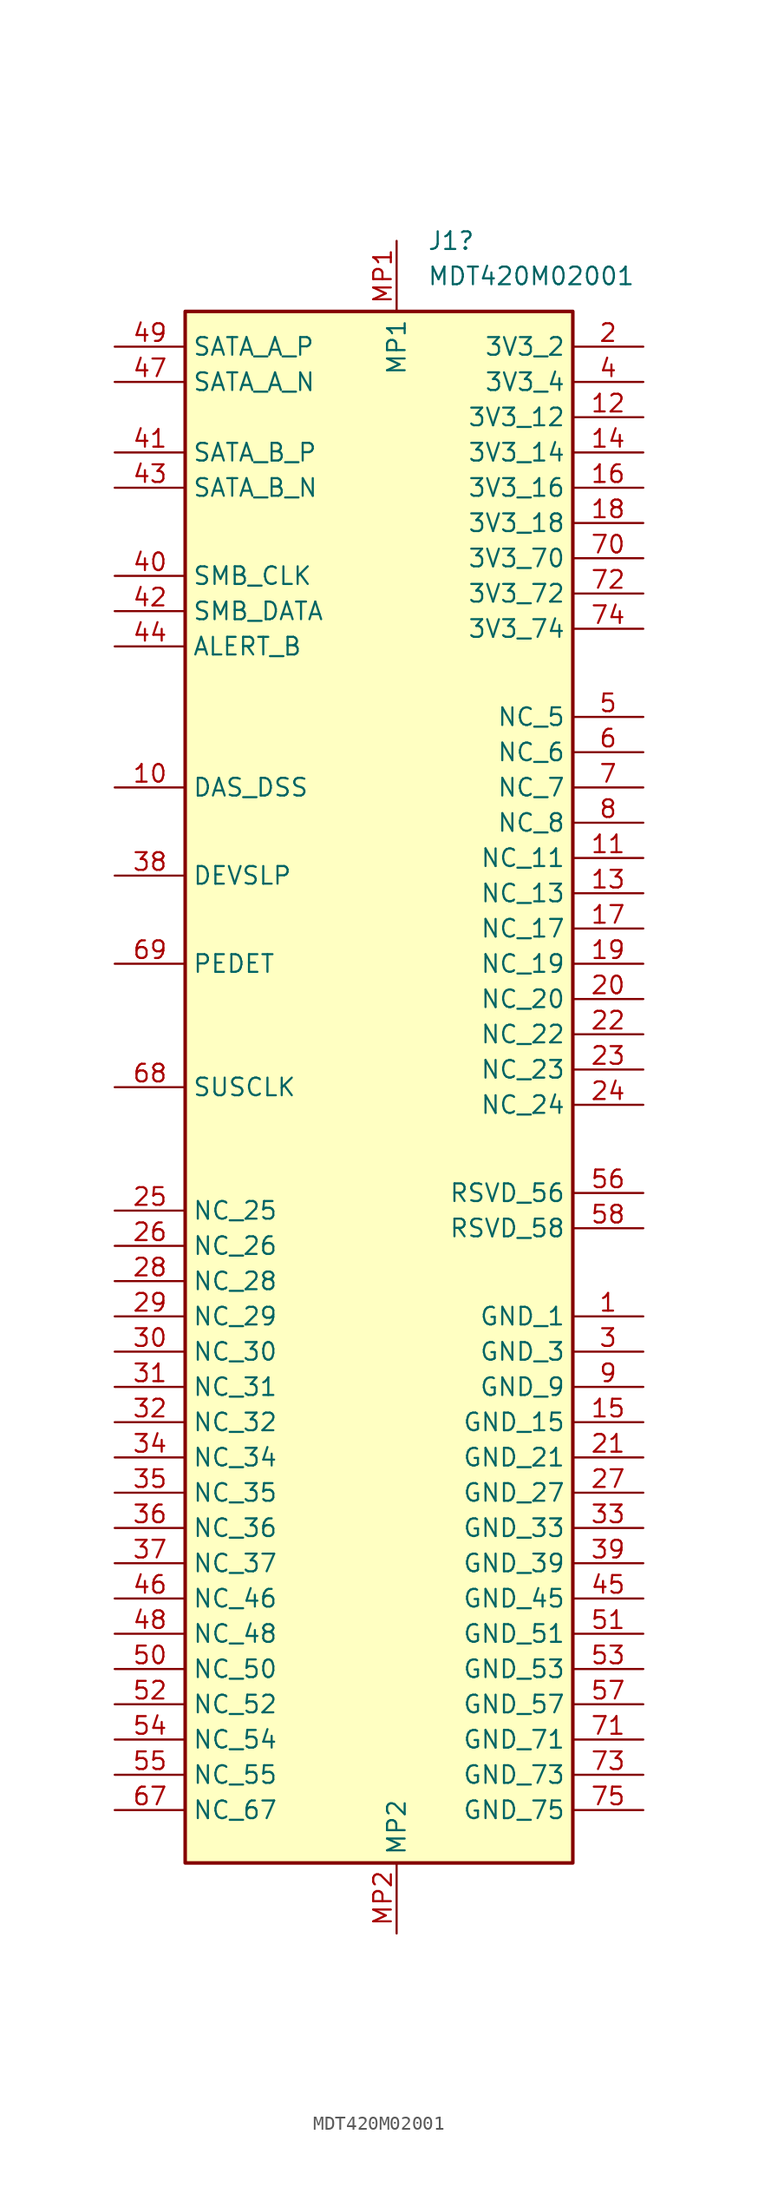
<source format=kicad_sym>
(kicad_symbol_lib
  (version 20231120)
  (generator "kicad_symbol_editor")
  (generator_version "8.0")
  (symbol "MDT420M02001"
    (property "Reference" "J1"
      (at 45.374 50.8 0)
      (effects (font (size 1.27 1.27)) (justify left)))
    (property "Value" "MDT420M02001"
      (at 45.374 48.26 0)
      (effects (font (size 1.27 1.27)) (justify left)))
    (symbol "MDT420M02001_1_1"
      (rectangle (start 27.94 45.72) (end 55.88 -66.04) (stroke (width 0.254) (type default)) (fill (type background)))
      (pin passive line (at 60.96 -26.67 180) (length 5.08) (name "GND_1" (effects (font (size 1.27 1.27)))) (number "1" (effects (font (size 1.27 1.27)))))
      (pin passive line (at 22.86 11.43 0) (length 5.08) (name "DAS_DSS" (effects (font (size 1.27 1.27)))) (number "10" (effects (font (size 1.27 1.27)))))
      (pin passive line (at 60.96 6.35 180) (length 5.08) (name "NC_11" (effects (font (size 1.27 1.27)))) (number "11" (effects (font (size 1.27 1.27)))))
      (pin passive line (at 60.96 38.1 180) (length 5.08) (name "3V3_12" (effects (font (size 1.27 1.27)))) (number "12" (effects (font (size 1.27 1.27)))))
      (pin passive line (at 60.96 3.81 180) (length 5.08) (name "NC_13" (effects (font (size 1.27 1.27)))) (number "13" (effects (font (size 1.27 1.27)))))
      (pin passive line (at 60.96 35.56 180) (length 5.08) (name "3V3_14" (effects (font (size 1.27 1.27)))) (number "14" (effects (font (size 1.27 1.27)))))
      (pin passive line (at 60.96 -34.29 180) (length 5.08) (name "GND_15" (effects (font (size 1.27 1.27)))) (number "15" (effects (font (size 1.27 1.27)))))
      (pin passive line (at 60.96 33.02 180) (length 5.08) (name "3V3_16" (effects (font (size 1.27 1.27)))) (number "16" (effects (font (size 1.27 1.27)))))
      (pin passive line (at 60.96 1.27 180) (length 5.08) (name "NC_17" (effects (font (size 1.27 1.27)))) (number "17" (effects (font (size 1.27 1.27)))))
      (pin passive line (at 60.96 30.48 180) (length 5.08) (name "3V3_18" (effects (font (size 1.27 1.27)))) (number "18" (effects (font (size 1.27 1.27)))))
      (pin passive line (at 60.96 -1.27 180) (length 5.08) (name "NC_19" (effects (font (size 1.27 1.27)))) (number "19" (effects (font (size 1.27 1.27)))))
      (pin passive line (at 60.96 43.18 180) (length 5.08) (name "3V3_2" (effects (font (size 1.27 1.27)))) (number "2" (effects (font (size 1.27 1.27)))))
      (pin passive line (at 60.96 -3.81 180) (length 5.08) (name "NC_20" (effects (font (size 1.27 1.27)))) (number "20" (effects (font (size 1.27 1.27)))))
      (pin passive line (at 60.96 -36.83 180) (length 5.08) (name "GND_21" (effects (font (size 1.27 1.27)))) (number "21" (effects (font (size 1.27 1.27)))))
      (pin passive line (at 60.96 -6.35 180) (length 5.08) (name "NC_22" (effects (font (size 1.27 1.27)))) (number "22" (effects (font (size 1.27 1.27)))))
      (pin passive line (at 60.96 -8.89 180) (length 5.08) (name "NC_23" (effects (font (size 1.27 1.27)))) (number "23" (effects (font (size 1.27 1.27)))))
      (pin passive line (at 60.96 -11.43 180) (length 5.08) (name "NC_24" (effects (font (size 1.27 1.27)))) (number "24" (effects (font (size 1.27 1.27)))))
      (pin passive line (at 22.86 -19.05 0) (length 5.08) (name "NC_25" (effects (font (size 1.27 1.27)))) (number "25" (effects (font (size 1.27 1.27)))))
      (pin passive line (at 22.86 -21.59 0) (length 5.08) (name "NC_26" (effects (font (size 1.27 1.27)))) (number "26" (effects (font (size 1.27 1.27)))))
      (pin passive line (at 60.96 -39.37 180) (length 5.08) (name "GND_27" (effects (font (size 1.27 1.27)))) (number "27" (effects (font (size 1.27 1.27)))))
      (pin passive line (at 22.86 -24.13 0) (length 5.08) (name "NC_28" (effects (font (size 1.27 1.27)))) (number "28" (effects (font (size 1.27 1.27)))))
      (pin passive line (at 22.86 -26.67 0) (length 5.08) (name "NC_29" (effects (font (size 1.27 1.27)))) (number "29" (effects (font (size 1.27 1.27)))))
      (pin passive line (at 60.96 -29.21 180) (length 5.08) (name "GND_3" (effects (font (size 1.27 1.27)))) (number "3" (effects (font (size 1.27 1.27)))))
      (pin passive line (at 22.86 -29.21 0) (length 5.08) (name "NC_30" (effects (font (size 1.27 1.27)))) (number "30" (effects (font (size 1.27 1.27)))))
      (pin passive line (at 22.86 -31.75 0) (length 5.08) (name "NC_31" (effects (font (size 1.27 1.27)))) (number "31" (effects (font (size 1.27 1.27)))))
      (pin passive line (at 22.86 -34.29 0) (length 5.08) (name "NC_32" (effects (font (size 1.27 1.27)))) (number "32" (effects (font (size 1.27 1.27)))))
      (pin passive line (at 60.96 -41.91 180) (length 5.08) (name "GND_33" (effects (font (size 1.27 1.27)))) (number "33" (effects (font (size 1.27 1.27)))))
      (pin passive line (at 22.86 -36.83 0) (length 5.08) (name "NC_34" (effects (font (size 1.27 1.27)))) (number "34" (effects (font (size 1.27 1.27)))))
      (pin passive line (at 22.86 -39.37 0) (length 5.08) (name "NC_35" (effects (font (size 1.27 1.27)))) (number "35" (effects (font (size 1.27 1.27)))))
      (pin passive line (at 22.86 -41.91 0) (length 5.08) (name "NC_36" (effects (font (size 1.27 1.27)))) (number "36" (effects (font (size 1.27 1.27)))))
      (pin passive line (at 22.86 -44.45 0) (length 5.08) (name "NC_37" (effects (font (size 1.27 1.27)))) (number "37" (effects (font (size 1.27 1.27)))))
      (pin passive line (at 22.86 5.08 0) (length 5.08) (name "DEVSLP" (effects (font (size 1.27 1.27)))) (number "38" (effects (font (size 1.27 1.27)))))
      (pin passive line (at 60.96 -44.45 180) (length 5.08) (name "GND_39" (effects (font (size 1.27 1.27)))) (number "39" (effects (font (size 1.27 1.27)))))
      (pin passive line (at 60.96 40.64 180) (length 5.08) (name "3V3_4" (effects (font (size 1.27 1.27)))) (number "4" (effects (font (size 1.27 1.27)))))
      (pin passive line (at 22.86 26.67 0) (length 5.08) (name "SMB_CLK" (effects (font (size 1.27 1.27)))) (number "40" (effects (font (size 1.27 1.27)))))
      (pin passive line (at 22.86 35.56 0) (length 5.08) (name "SATA_B_P" (effects (font (size 1.27 1.27)))) (number "41" (effects (font (size 1.27 1.27)))))
      (pin passive line (at 22.86 24.13 0) (length 5.08) (name "SMB_DATA" (effects (font (size 1.27 1.27)))) (number "42" (effects (font (size 1.27 1.27)))))
      (pin passive line (at 22.86 33.02 0) (length 5.08) (name "SATA_B_N" (effects (font (size 1.27 1.27)))) (number "43" (effects (font (size 1.27 1.27)))))
      (pin passive line (at 22.86 21.59 0) (length 5.08) (name "ALERT_B" (effects (font (size 1.27 1.27)))) (number "44" (effects (font (size 1.27 1.27)))))
      (pin passive line (at 60.96 -46.99 180) (length 5.08) (name "GND_45" (effects (font (size 1.27 1.27)))) (number "45" (effects (font (size 1.27 1.27)))))
      (pin passive line (at 22.86 -46.99 0) (length 5.08) (name "NC_46" (effects (font (size 1.27 1.27)))) (number "46" (effects (font (size 1.27 1.27)))))
      (pin passive line (at 22.86 40.64 0) (length 5.08) (name "SATA_A_N" (effects (font (size 1.27 1.27)))) (number "47" (effects (font (size 1.27 1.27)))))
      (pin passive line (at 22.86 -49.53 0) (length 5.08) (name "NC_48" (effects (font (size 1.27 1.27)))) (number "48" (effects (font (size 1.27 1.27)))))
      (pin passive line (at 22.86 43.18 0) (length 5.08) (name "SATA_A_P" (effects (font (size 1.27 1.27)))) (number "49" (effects (font (size 1.27 1.27)))))
      (pin passive line (at 60.96 16.51 180) (length 5.08) (name "NC_5" (effects (font (size 1.27 1.27)))) (number "5" (effects (font (size 1.27 1.27)))))
      (pin passive line (at 22.86 -52.07 0) (length 5.08) (name "NC_50" (effects (font (size 1.27 1.27)))) (number "50" (effects (font (size 1.27 1.27)))))
      (pin passive line (at 60.96 -49.53 180) (length 5.08) (name "GND_51" (effects (font (size 1.27 1.27)))) (number "51" (effects (font (size 1.27 1.27)))))
      (pin passive line (at 22.86 -54.61 0) (length 5.08) (name "NC_52" (effects (font (size 1.27 1.27)))) (number "52" (effects (font (size 1.27 1.27)))))
      (pin passive line (at 60.96 -52.07 180) (length 5.08) (name "GND_53" (effects (font (size 1.27 1.27)))) (number "53" (effects (font (size 1.27 1.27)))))
      (pin passive line (at 22.86 -57.15 0) (length 5.08) (name "NC_54" (effects (font (size 1.27 1.27)))) (number "54" (effects (font (size 1.27 1.27)))))
      (pin passive line (at 22.86 -59.69 0) (length 5.08) (name "NC_55" (effects (font (size 1.27 1.27)))) (number "55" (effects (font (size 1.27 1.27)))))
      (pin passive line (at 60.96 -17.78 180) (length 5.08) (name "RSVD_56" (effects (font (size 1.27 1.27)))) (number "56" (effects (font (size 1.27 1.27)))))
      (pin passive line (at 60.96 -54.61 180) (length 5.08) (name "GND_57" (effects (font (size 1.27 1.27)))) (number "57" (effects (font (size 1.27 1.27)))))
      (pin passive line (at 60.96 -20.32 180) (length 5.08) (name "RSVD_58" (effects (font (size 1.27 1.27)))) (number "58" (effects (font (size 1.27 1.27)))))
      (pin passive line (at 60.96 13.97 180) (length 5.08) (name "NC_6" (effects (font (size 1.27 1.27)))) (number "6" (effects (font (size 1.27 1.27)))))
      (pin passive line (at 22.86 -62.23 0) (length 5.08) (name "NC_67" (effects (font (size 1.27 1.27)))) (number "67" (effects (font (size 1.27 1.27)))))
      (pin passive line (at 22.86 -10.16 0) (length 5.08) (name "SUSCLK" (effects (font (size 1.27 1.27)))) (number "68" (effects (font (size 1.27 1.27)))))
      (pin passive line (at 22.86 -1.27 0) (length 5.08) (name "PEDET" (effects (font (size 1.27 1.27)))) (number "69" (effects (font (size 1.27 1.27)))))
      (pin passive line (at 60.96 11.43 180) (length 5.08) (name "NC_7" (effects (font (size 1.27 1.27)))) (number "7" (effects (font (size 1.27 1.27)))))
      (pin passive line (at 60.96 27.94 180) (length 5.08) (name "3V3_70" (effects (font (size 1.27 1.27)))) (number "70" (effects (font (size 1.27 1.27)))))
      (pin passive line (at 60.96 -57.15 180) (length 5.08) (name "GND_71" (effects (font (size 1.27 1.27)))) (number "71" (effects (font (size 1.27 1.27)))))
      (pin passive line (at 60.96 25.4 180) (length 5.08) (name "3V3_72" (effects (font (size 1.27 1.27)))) (number "72" (effects (font (size 1.27 1.27)))))
      (pin passive line (at 60.96 -59.69 180) (length 5.08) (name "GND_73" (effects (font (size 1.27 1.27)))) (number "73" (effects (font (size 1.27 1.27)))))
      (pin passive line (at 60.96 22.86 180) (length 5.08) (name "3V3_74" (effects (font (size 1.27 1.27)))) (number "74" (effects (font (size 1.27 1.27)))))
      (pin passive line (at 60.96 -62.23 180) (length 5.08) (name "GND_75" (effects (font (size 1.27 1.27)))) (number "75" (effects (font (size 1.27 1.27)))))
      (pin passive line (at 60.96 8.89 180) (length 5.08) (name "NC_8" (effects (font (size 1.27 1.27)))) (number "8" (effects (font (size 1.27 1.27)))))
      (pin passive line (at 60.96 -31.75 180) (length 5.08) (name "GND_9" (effects (font (size 1.27 1.27)))) (number "9" (effects (font (size 1.27 1.27)))))
      (pin passive line (at 43.18 50.8 270) (length 5.08) (name "MP1" (effects (font (size 1.27 1.27)))) (number "MP1" (effects (font (size 1.27 1.27)))))
      (pin passive line (at 43.18 -71.12 90) (length 5.08) (name "MP2" (effects (font (size 1.27 1.27)))) (number "MP2" (effects (font (size 1.27 1.27))))))))
</source>
